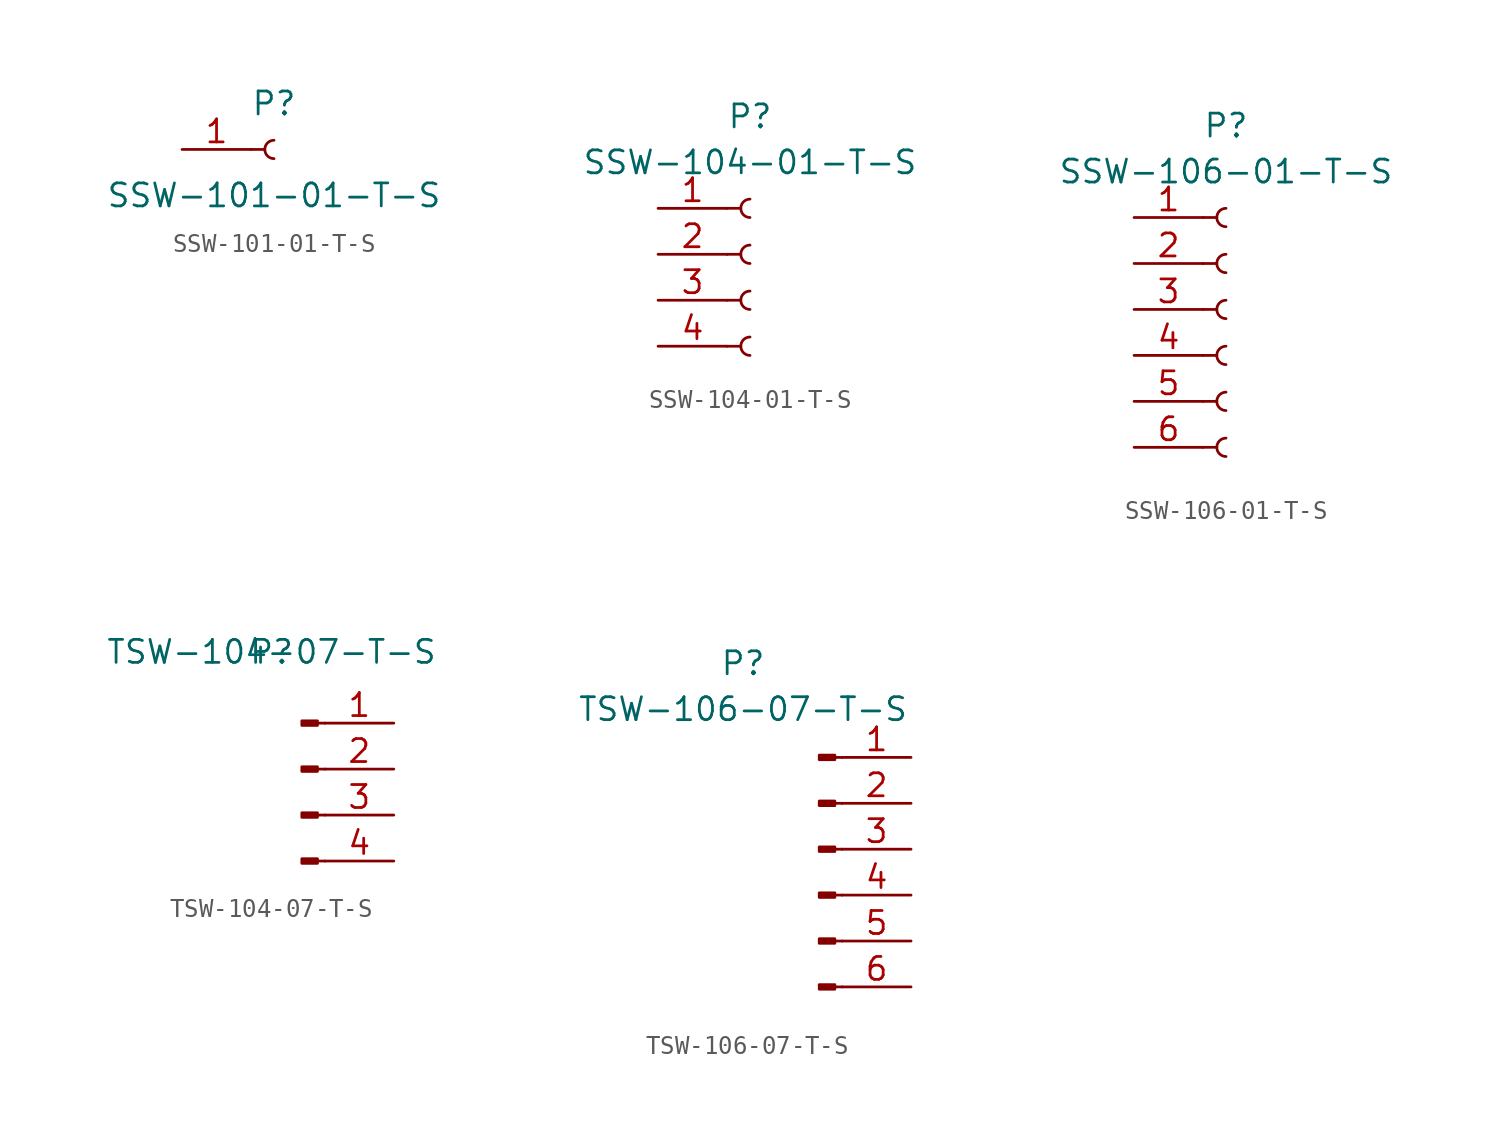
<source format=kicad_sym>
(kicad_symbol_lib
  (version 20201005)
  (generator kicad_symbol_editor)
  (symbol "Connector_custom:SSW-101-01-T-S"
    (property "Reference" "P"
      (at 0 2.54 0)
      (effects (font (size 1.27 1.27))))
    (property "Value" "SSW-101-01-T-S"
      (at 0 -2.54 0)
      (effects (font (size 1.27 1.27))))
    (symbol "SSW-101-01-T-S_1_1"
      (arc (start 0 0.508) (end 0 -0.508) (radius (at 0 0) (length 0.508) (angles 90.1 -90.1)) (stroke (width 0.1524)) (fill (type none)))
      (polyline (pts (xy -1.27 0) (xy -0.508 0)) (stroke (width 0.152)) (fill (type none)))
      (pin passive line (at -5.08 0 0) (length 3.81) (name "" (effects (font (size 1.27 1.27)))) (number "1" (effects (font (size 1.27 1.27)))))))
  (symbol "Connector_custom:SSW-104-01-T-S"
    (property "Reference" "P"
      (at 0 2.54 0)
      (effects (font (size 1.27 1.27))))
    (property "Value" "SSW-104-01-T-S"
      (at 0 0 0)
      (effects (font (size 1.27 1.27))))
    (symbol "SSW-104-01-T-S_1_1"
      (arc (start 0 -2.032) (end 0 -3.048) (radius (at 0 -2.54) (length 0.508) (angles 90.1 -90.1)) (stroke (width 0.1524)) (fill (type none)))
      (arc (start 0 -4.572) (end 0 -5.588) (radius (at 0 -5.08) (length 0.508) (angles 90.1 -90.1)) (stroke (width 0.1524)) (fill (type none)))
      (arc (start 0 -7.112) (end 0 -8.128) (radius (at 0 -7.62) (length 0.508) (angles 90.1 -90.1)) (stroke (width 0.1524)) (fill (type none)))
      (arc (start 0 -9.652) (end 0 -10.668) (radius (at 0 -10.16) (length 0.508) (angles 90.1 -90.1)) (stroke (width 0.1524)) (fill (type none)))
      (polyline (pts (xy -1.27 -2.54) (xy -0.508 -2.54)) (stroke (width 0.152)) (fill (type none)))
      (polyline (pts (xy -1.27 -5.08) (xy -0.508 -5.08)) (stroke (width 0.152)) (fill (type none)))
      (polyline (pts (xy -1.27 -7.62) (xy -0.508 -7.62)) (stroke (width 0.152)) (fill (type none)))
      (polyline (pts (xy -1.27 -10.16) (xy -0.508 -10.16)) (stroke (width 0.152)) (fill (type none)))
      (pin passive line (at -5.08 -2.54 0) (length 3.81) (name "" (effects (font (size 1.27 1.27)))) (number "1" (effects (font (size 1.27 1.27)))))
      (pin passive line (at -5.08 -5.08 0) (length 3.81) (name "" (effects (font (size 1.27 1.27)))) (number "2" (effects (font (size 1.27 1.27)))))
      (pin passive line (at -5.08 -7.62 0) (length 3.81) (name "" (effects (font (size 1.27 1.27)))) (number "3" (effects (font (size 1.27 1.27)))))
      (pin passive line (at -5.08 -10.16 0) (length 3.81) (name "" (effects (font (size 1.27 1.27)))) (number "4" (effects (font (size 1.27 1.27)))))))
  (symbol "Connector_custom:SSW-106-01-T-S"
    (property "Reference" "P"
      (at 0 1.27 0)
      (effects (font (size 1.27 1.27))))
    (property "Value" "SSW-106-01-T-S"
      (at 0 -1.27 0)
      (effects (font (size 1.27 1.27))))
    (symbol "SSW-106-01-T-S_1_1"
      (arc (start 0 -3.302) (end 0 -4.318) (radius (at 0 -3.81) (length 0.508) (angles 90.1 -90.1)) (stroke (width 0.1524)) (fill (type none)))
      (arc (start 0 -5.842) (end 0 -6.858) (radius (at 0 -6.35) (length 0.508) (angles 90.1 -90.1)) (stroke (width 0.1524)) (fill (type none)))
      (arc (start 0 -8.382) (end 0 -9.398) (radius (at 0 -8.89) (length 0.508) (angles 90.1 -90.1)) (stroke (width 0.1524)) (fill (type none)))
      (arc (start 0 -10.922) (end 0 -11.938) (radius (at 0 -11.43) (length 0.508) (angles 90.1 -90.1)) (stroke (width 0.1524)) (fill (type none)))
      (arc (start 0 -13.462) (end 0 -14.478) (radius (at 0 -13.97) (length 0.508) (angles 90.1 -90.1)) (stroke (width 0.1524)) (fill (type none)))
      (arc (start 0 -16.002) (end 0 -17.018) (radius (at 0 -16.51) (length 0.508) (angles 90.1 -90.1)) (stroke (width 0.1524)) (fill (type none)))
      (polyline (pts (xy -1.27 -3.81) (xy -0.508 -3.81)) (stroke (width 0.152)) (fill (type none)))
      (polyline (pts (xy -1.27 -6.35) (xy -0.508 -6.35)) (stroke (width 0.152)) (fill (type none)))
      (polyline (pts (xy -1.27 -8.89) (xy -0.508 -8.89)) (stroke (width 0.152)) (fill (type none)))
      (polyline (pts (xy -1.27 -11.43) (xy -0.508 -11.43)) (stroke (width 0.152)) (fill (type none)))
      (polyline (pts (xy -1.27 -13.97) (xy -0.508 -13.97)) (stroke (width 0.152)) (fill (type none)))
      (polyline (pts (xy -1.27 -16.51) (xy -0.508 -16.51)) (stroke (width 0.152)) (fill (type none)))
      (pin passive line (at -5.08 -3.81 0) (length 3.81) (name "" (effects (font (size 1.27 1.27)))) (number "1" (effects (font (size 1.27 1.27)))))
      (pin passive line (at -5.08 -6.35 0) (length 3.81) (name "" (effects (font (size 1.27 1.27)))) (number "2" (effects (font (size 1.27 1.27)))))
      (pin passive line (at -5.08 -8.89 0) (length 3.81) (name "" (effects (font (size 1.27 1.27)))) (number "3" (effects (font (size 1.27 1.27)))))
      (pin passive line (at -5.08 -11.43 0) (length 3.81) (name "" (effects (font (size 1.27 1.27)))) (number "4" (effects (font (size 1.27 1.27)))))
      (pin passive line (at -5.08 -13.97 0) (length 3.81) (name "" (effects (font (size 1.27 1.27)))) (number "5" (effects (font (size 1.27 1.27)))))
      (pin passive line (at -5.08 -16.51 0) (length 3.81) (name "" (effects (font (size 1.27 1.27)))) (number "6" (effects (font (size 1.27 1.27)))))))
  (symbol "Connector_custom:TSW-104-07-T-S"
    (property "Reference" "P"
      (at -2.946 3.937 0)
      (effects (font (size 1.27 1.27))))
    (property "Value" "TSW-104-07-T-S"
      (at -2.946 3.937 0)
      (effects (font (size 1.27 1.27))))
    (symbol "TSW-104-07-T-S_1_1"
      (rectangle (start -0.406 -7.493) (end -1.27 -7.747) (stroke (width 0.152)) (fill (type outline)))
      (rectangle (start -0.406 -4.953) (end -1.27 -5.207) (stroke (width 0.152)) (fill (type outline)))
      (rectangle (start -0.406 -2.413) (end -1.27 -2.667) (stroke (width 0.152)) (fill (type outline)))
      (rectangle (start -0.406 0.127) (end -1.27 -0.127) (stroke (width 0.152)) (fill (type outline)))
      (polyline (pts (xy 0 -7.62) (xy -0.406 -7.62)) (stroke (width 0.152)) (fill (type none)))
      (polyline (pts (xy 0 -5.08) (xy -0.406 -5.08)) (stroke (width 0.152)) (fill (type none)))
      (polyline (pts (xy 0 -2.54) (xy -0.406 -2.54)) (stroke (width 0.152)) (fill (type none)))
      (polyline (pts (xy 0 0) (xy -0.406 0)) (stroke (width 0.152)) (fill (type none)))
      (pin passive line (at 3.81 0 180) (length 3.81) (name "" (effects (font (size 1.27 1.27)))) (number "1" (effects (font (size 1.27 1.27)))))
      (pin passive line (at 3.81 -2.54 180) (length 3.81) (name "" (effects (font (size 1.27 1.27)))) (number "2" (effects (font (size 1.27 1.27)))))
      (pin passive line (at 3.81 -5.08 180) (length 3.81) (name "" (effects (font (size 1.27 1.27)))) (number "3" (effects (font (size 1.27 1.27)))))
      (pin passive line (at 3.81 -7.62 180) (length 3.81) (name "" (effects (font (size 1.27 1.27)))) (number "4" (effects (font (size 1.27 1.27)))))))
  (symbol "Connector_custom:TSW-106-07-T-S"
    (property "Reference" "P"
      (at -5.486 5.207 0)
      (effects (font (size 1.27 1.27))))
    (property "Value" "TSW-106-07-T-S"
      (at -5.486 2.667 0)
      (effects (font (size 1.27 1.27))))
    (symbol "TSW-106-07-T-S_1_1"
      (rectangle (start -0.406 -12.573) (end -1.27 -12.827) (stroke (width 0.152)) (fill (type outline)))
      (rectangle (start -0.406 -10.033) (end -1.27 -10.287) (stroke (width 0.152)) (fill (type outline)))
      (rectangle (start -0.406 -7.493) (end -1.27 -7.747) (stroke (width 0.152)) (fill (type outline)))
      (rectangle (start -0.406 -4.953) (end -1.27 -5.207) (stroke (width 0.152)) (fill (type outline)))
      (rectangle (start -0.406 -2.413) (end -1.27 -2.667) (stroke (width 0.152)) (fill (type outline)))
      (rectangle (start -0.406 0.127) (end -1.27 -0.127) (stroke (width 0.152)) (fill (type outline)))
      (polyline (pts (xy 0 -12.7) (xy -0.406 -12.7)) (stroke (width 0.152)) (fill (type none)))
      (polyline (pts (xy 0 -10.16) (xy -0.406 -10.16)) (stroke (width 0.152)) (fill (type none)))
      (polyline (pts (xy 0 -7.62) (xy -0.406 -7.62)) (stroke (width 0.152)) (fill (type none)))
      (polyline (pts (xy 0 -5.08) (xy -0.406 -5.08)) (stroke (width 0.152)) (fill (type none)))
      (polyline (pts (xy 0 -2.54) (xy -0.406 -2.54)) (stroke (width 0.152)) (fill (type none)))
      (polyline (pts (xy 0 0) (xy -0.406 0)) (stroke (width 0.152)) (fill (type none)))
      (pin passive line (at 3.81 0 180) (length 3.81) (name "" (effects (font (size 1.27 1.27)))) (number "1" (effects (font (size 1.27 1.27)))))
      (pin passive line (at 3.81 -2.54 180) (length 3.81) (name "" (effects (font (size 1.27 1.27)))) (number "2" (effects (font (size 1.27 1.27)))))
      (pin passive line (at 3.81 -5.08 180) (length 3.81) (name "" (effects (font (size 1.27 1.27)))) (number "3" (effects (font (size 1.27 1.27)))))
      (pin passive line (at 3.81 -7.62 180) (length 3.81) (name "" (effects (font (size 1.27 1.27)))) (number "4" (effects (font (size 1.27 1.27)))))
      (pin passive line (at 3.81 -10.16 180) (length 3.81) (name "" (effects (font (size 1.27 1.27)))) (number "5" (effects (font (size 1.27 1.27)))))
      (pin passive line (at 3.81 -12.7 180) (length 3.81) (name "" (effects (font (size 1.27 1.27)))) (number "6" (effects (font (size 1.27 1.27))))))))
</source>
